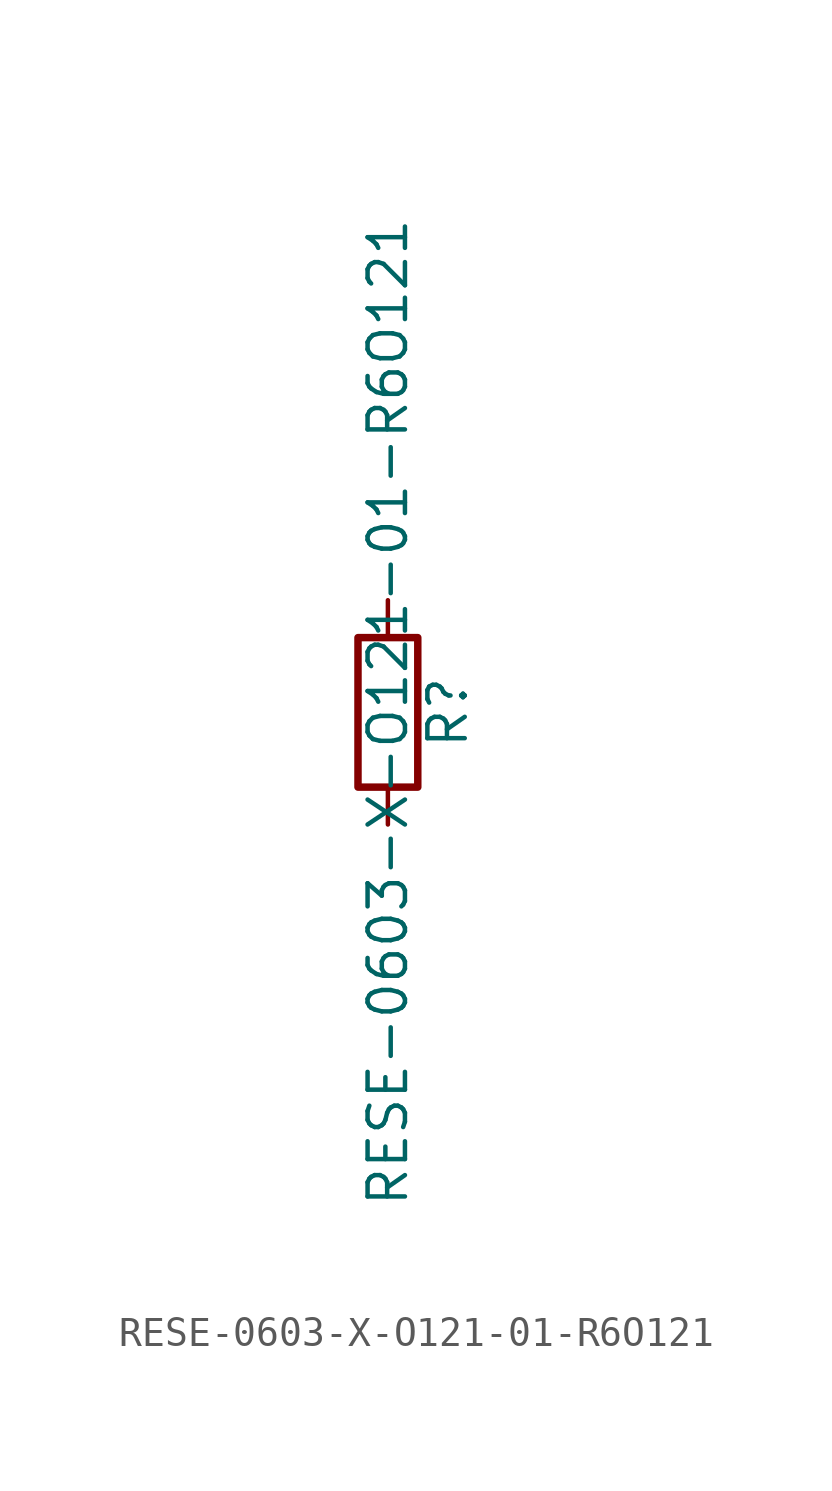
<source format=kicad_sym>
(kicad_symbol_lib
  (version 20211014)
  (generator kicad_symbol_editor)
  (symbol "RESE-0603-X-O121-01-R6O121"
    (pin_numbers hide)
    (pin_names
      (offset 0))
    (property "Reference" "R"
      (at 2.032 0 90)
      (effects (font (size 1.27 1.27))))
    (property "Value" "RESE-0603-X-O121-01-R6O121"
      (at 0 0 90)
      (effects (font (size 1.27 1.27))))
    (symbol "RESE-0603-X-O121-01-R6O121_0_1"
      (rectangle (start -1.016 -2.54) (end 1.016 2.54) (stroke (width 0.254) (type default) (color 0 0 0 0)) (fill (type none))))
    (symbol "RESE-0603-X-O121-01-R6O121_1_1"
      (pin passive line (at 0 3.81 270) (length 1.27) (name "~" (effects (font (size 1.27 1.27)))) (number "1" (effects (font (size 1.27 1.27)))))
      (pin passive line (at 0 -3.81 90) (length 1.27) (name "~" (effects (font (size 1.27 1.27)))) (number "2" (effects (font (size 1.27 1.27))))))))
</source>
